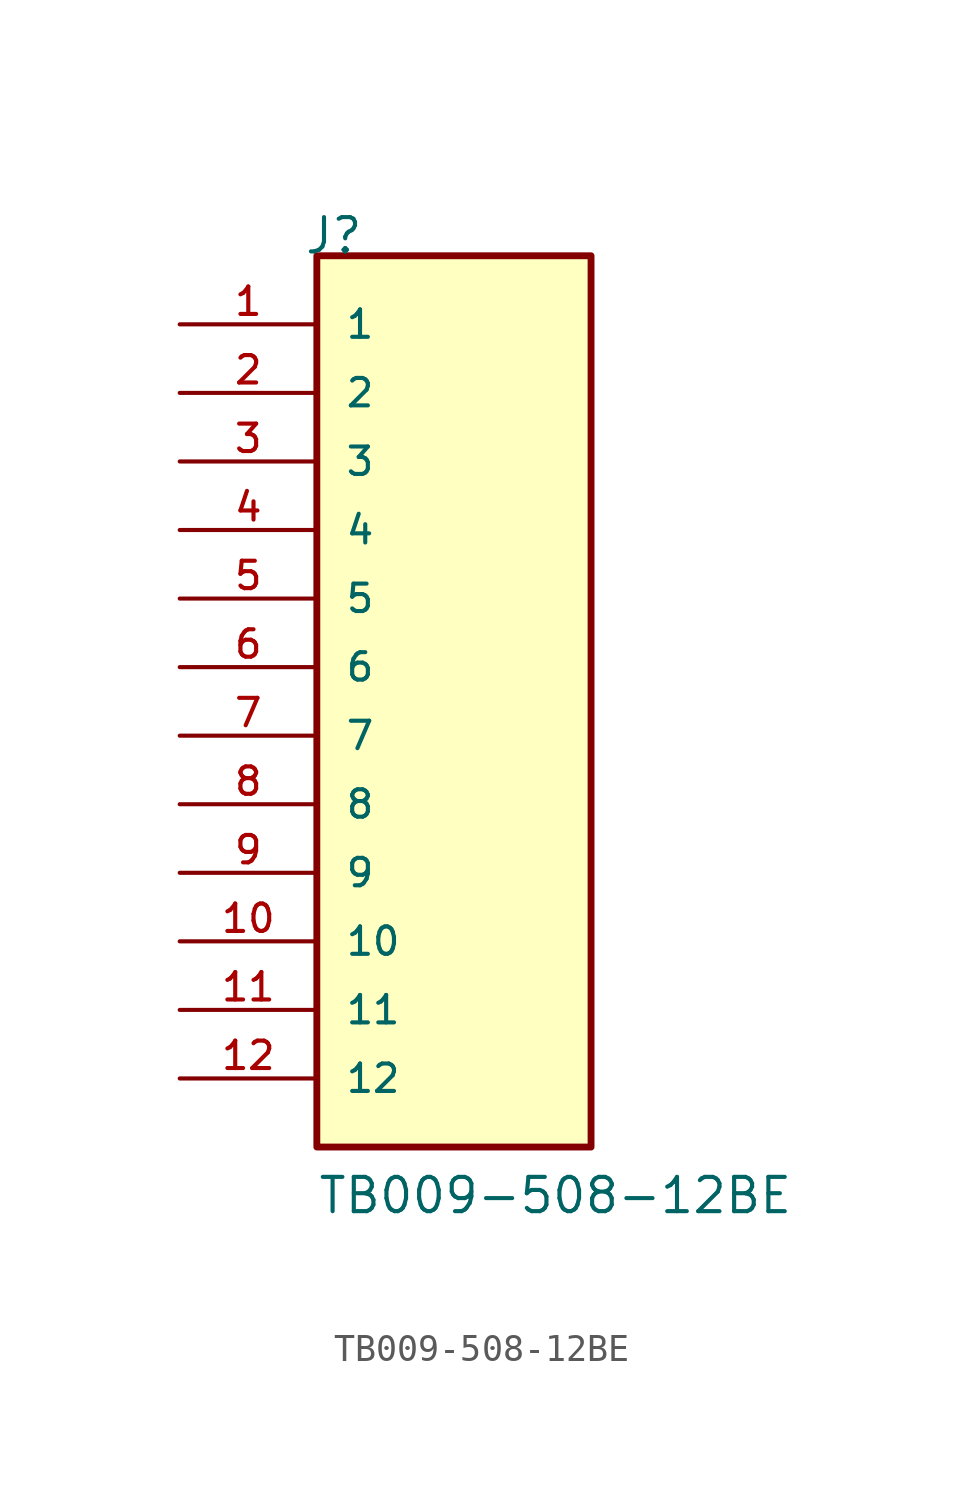
<source format=kicad_sym>
(kicad_symbol_lib
  (version 20211014)
  (generator kicad_symbol_editor)
  (symbol "TB009-508-12BE"
    (pin_names
      (offset 1.016))
    (property "Reference" "J"
      (at -5.58 17.78 0)
      (effects (font (size 1.27 1.27)) (justify bottom left)))
    (property "Value" "TB009-508-12BE"
      (at -5.08 -17.78 0)
      (effects (font (size 1.27 1.27)) (justify bottom left)))
    (symbol "TB009-508-12BE_0_0"
      (rectangle (start -5.08 -15.24) (end 5.08 17.78) (stroke (width 0.254)) (fill (type background)))
      (pin passive line (at -10.16 15.24 0) (length 5.08) (name "1" (effects (font (size 1.016 1.016)))) (number "1" (effects (font (size 1.016 1.016)))))
      (pin passive line (at -10.16 12.7 0) (length 5.08) (name "2" (effects (font (size 1.016 1.016)))) (number "2" (effects (font (size 1.016 1.016)))))
      (pin passive line (at -10.16 10.16 0) (length 5.08) (name "3" (effects (font (size 1.016 1.016)))) (number "3" (effects (font (size 1.016 1.016)))))
      (pin passive line (at -10.16 7.62 0) (length 5.08) (name "4" (effects (font (size 1.016 1.016)))) (number "4" (effects (font (size 1.016 1.016)))))
      (pin passive line (at -10.16 5.08 0) (length 5.08) (name "5" (effects (font (size 1.016 1.016)))) (number "5" (effects (font (size 1.016 1.016)))))
      (pin passive line (at -10.16 2.54 0) (length 5.08) (name "6" (effects (font (size 1.016 1.016)))) (number "6" (effects (font (size 1.016 1.016)))))
      (pin passive line (at -10.16 0.0 0) (length 5.08) (name "7" (effects (font (size 1.016 1.016)))) (number "7" (effects (font (size 1.016 1.016)))))
      (pin passive line (at -10.16 -2.54 0) (length 5.08) (name "8" (effects (font (size 1.016 1.016)))) (number "8" (effects (font (size 1.016 1.016)))))
      (pin passive line (at -10.16 -5.08 0) (length 5.08) (name "9" (effects (font (size 1.016 1.016)))) (number "9" (effects (font (size 1.016 1.016)))))
      (pin passive line (at -10.16 -7.62 0) (length 5.08) (name "10" (effects (font (size 1.016 1.016)))) (number "10" (effects (font (size 1.016 1.016)))))
      (pin passive line (at -10.16 -10.16 0) (length 5.08) (name "11" (effects (font (size 1.016 1.016)))) (number "11" (effects (font (size 1.016 1.016)))))
      (pin passive line (at -10.16 -12.7 0) (length 5.08) (name "12" (effects (font (size 1.016 1.016)))) (number "12" (effects (font (size 1.016 1.016))))))))
</source>
